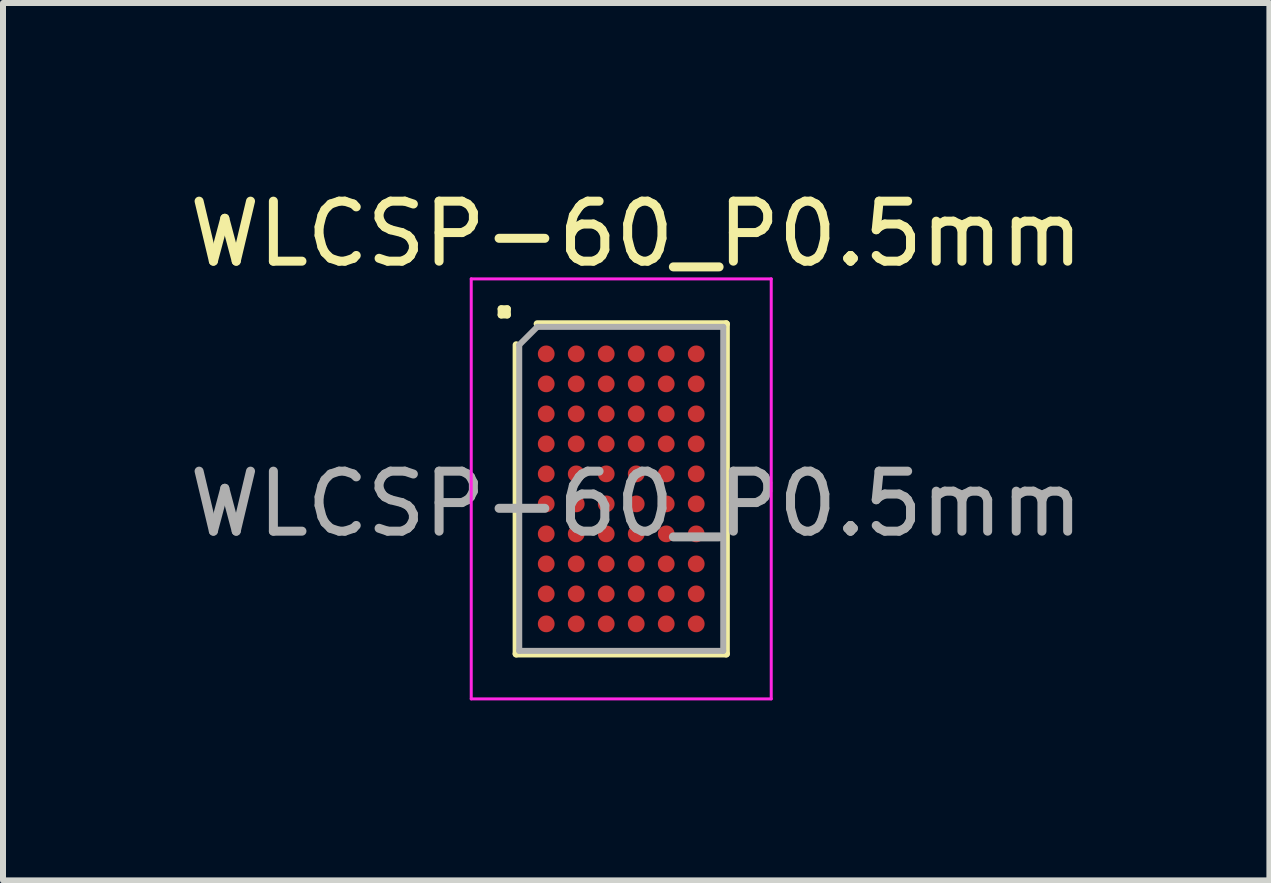
<source format=kicad_pcb>
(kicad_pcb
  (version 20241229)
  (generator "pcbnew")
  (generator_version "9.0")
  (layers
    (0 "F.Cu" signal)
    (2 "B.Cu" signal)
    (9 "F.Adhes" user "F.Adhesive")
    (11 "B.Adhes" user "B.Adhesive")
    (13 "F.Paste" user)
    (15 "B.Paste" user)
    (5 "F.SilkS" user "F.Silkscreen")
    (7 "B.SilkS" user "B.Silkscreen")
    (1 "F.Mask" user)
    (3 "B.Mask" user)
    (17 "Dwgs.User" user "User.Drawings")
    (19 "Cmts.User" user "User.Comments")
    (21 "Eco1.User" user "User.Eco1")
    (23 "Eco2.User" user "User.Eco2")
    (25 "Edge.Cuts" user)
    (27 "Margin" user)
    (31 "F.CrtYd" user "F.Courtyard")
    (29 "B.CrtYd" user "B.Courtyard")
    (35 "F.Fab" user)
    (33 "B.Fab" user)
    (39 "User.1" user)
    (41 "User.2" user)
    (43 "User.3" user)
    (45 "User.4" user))
  (footprint "WLCSP-60_P0.5mm"
    (layer "F.Cu")
    (at 7.304 5.098)
    (property "Reference" "WLCSP-60_P0.5mm" (at 0.25 -4.25 0) (layer "F.SilkS") (effects (font (size 1 1) (thickness 0.15))))
    (attr smd)
    (fp_line (start -2 -3) (end -1.9 -3) (stroke (width 0.12) (type solid)) (layer "F.SilkS"))
    (fp_line (start -2 -2.9) (end -2 -3) (stroke (width 0.12) (type solid)) (layer "F.SilkS"))
    (fp_line (start -1.9 -3) (end -1.9 -2.9) (stroke (width 0.12) (type solid)) (layer "F.SilkS"))
    (fp_line (start -1.9 -2.9) (end -2 -2.9) (stroke (width 0.12) (type solid)) (layer "F.SilkS"))
    (fp_line (start -1.75 2.75) (end -1.75 -2.4) (stroke (width 0.12) (type solid)) (layer "F.SilkS"))
    (fp_line (start -1.4 -2.75) (end 1.75 -2.75) (stroke (width 0.12) (type solid)) (layer "F.SilkS"))
    (fp_line (start 1.75 -2.75) (end 1.75 2.75) (stroke (width 0.12) (type solid)) (layer "F.SilkS"))
    (fp_line (start 1.75 2.75) (end -1.75 2.75) (stroke (width 0.12) (type solid)) (layer "F.SilkS"))
    (fp_line (start -2.5 -3.5) (end 2.5 -3.5) (stroke (width 0.05) (type solid)) (layer "F.CrtYd"))
    (fp_line (start -2.5 3.5) (end -2.5 -3.5) (stroke (width 0.05) (type solid)) (layer "F.CrtYd"))
    (fp_line (start 2.5 -3.5) (end 2.5 3.5) (stroke (width 0.05) (type solid)) (layer "F.CrtYd"))
    (fp_line (start 2.5 3.5) (end -2.5 3.5) (stroke (width 0.05) (type solid)) (layer "F.CrtYd"))
    (fp_line (start -1.7 -2.4) (end -1.4 -2.7) (stroke (width 0.1) (type solid)) (layer "F.Fab"))
    (fp_line (start -1.7 2.7) (end -1.7 -2.4) (stroke (width 0.1) (type solid)) (layer "F.Fab"))
    (fp_line (start -1.4 -2.7) (end 1.7 -2.7) (stroke (width 0.1) (type solid)) (layer "F.Fab"))
    (fp_line (start 1.7 -2.7) (end 1.7 2.7) (stroke (width 0.1) (type solid)) (layer "F.Fab"))
    (fp_line (start 1.7 2.7) (end -1.7 2.7) (stroke (width 0.1) (type solid)) (layer "F.Fab"))
    (fp_text user "${REFERENCE}" (at 0.25 0.25 0) (layer "F.Fab") (effects (font (size 1 1) (thickness 0.15))))
    (pad "A1" smd circle (at -1.25 -2.25) (size 0.28 0.28) (layers "F.Cu" "F.Mask" "F.Paste"))
    (pad "A2" smd circle (at -1.25 -1.75) (size 0.28 0.28) (layers "F.Cu" "F.Mask" "F.Paste"))
    (pad "A3" smd circle (at -1.25 -1.25) (size 0.28 0.28) (layers "F.Cu" "F.Mask" "F.Paste"))
    (pad "A4" smd circle (at -1.25 -0.75) (size 0.28 0.28) (layers "F.Cu" "F.Mask" "F.Paste"))
    (pad "A5" smd circle (at -1.25 -0.25) (size 0.28 0.28) (layers "F.Cu" "F.Mask" "F.Paste"))
    (pad "A6" smd circle (at -1.25 0.25) (size 0.28 0.28) (layers "F.Cu" "F.Mask" "F.Paste"))
    (pad "A7" smd circle (at -1.25 0.75) (size 0.28 0.28) (layers "F.Cu" "F.Mask" "F.Paste"))
    (pad "A8" smd circle (at -1.25 1.25) (size 0.28 0.28) (layers "F.Cu" "F.Mask" "F.Paste"))
    (pad "A9" smd circle (at -1.25 1.75) (size 0.28 0.28) (layers "F.Cu" "F.Mask" "F.Paste"))
    (pad "A10" smd circle (at -1.25 2.25) (size 0.28 0.28) (layers "F.Cu" "F.Mask" "F.Paste"))
    (pad "B1" smd circle (at -0.75 -2.25) (size 0.28 0.28) (layers "F.Cu" "F.Mask" "F.Paste"))
    (pad "B2" smd circle (at -0.75 -1.75) (size 0.28 0.28) (layers "F.Cu" "F.Mask" "F.Paste"))
    (pad "B3" smd circle (at -0.75 -1.25) (size 0.28 0.28) (layers "F.Cu" "F.Mask" "F.Paste"))
    (pad "B4" smd circle (at -0.75 -0.75) (size 0.28 0.28) (layers "F.Cu" "F.Mask" "F.Paste"))
    (pad "B5" smd circle (at -0.75 -0.25) (size 0.28 0.28) (layers "F.Cu" "F.Mask" "F.Paste"))
    (pad "B6" smd circle (at -0.75 0.25) (size 0.28 0.28) (layers "F.Cu" "F.Mask" "F.Paste"))
    (pad "B7" smd circle (at -0.75 0.75) (size 0.28 0.28) (layers "F.Cu" "F.Mask" "F.Paste"))
    (pad "B8" smd circle (at -0.75 1.25) (size 0.28 0.28) (layers "F.Cu" "F.Mask" "F.Paste"))
    (pad "B9" smd circle (at -0.75 1.75) (size 0.28 0.28) (layers "F.Cu" "F.Mask" "F.Paste"))
    (pad "B10" smd circle (at -0.75 2.25) (size 0.28 0.28) (layers "F.Cu" "F.Mask" "F.Paste"))
    (pad "C1" smd circle (at -0.25 -2.25) (size 0.28 0.28) (layers "F.Cu" "F.Mask" "F.Paste"))
    (pad "C2" smd circle (at -0.25 -1.75) (size 0.28 0.28) (layers "F.Cu" "F.Mask" "F.Paste"))
    (pad "C3" smd circle (at -0.25 -1.25) (size 0.28 0.28) (layers "F.Cu" "F.Mask" "F.Paste"))
    (pad "C4" smd circle (at -0.25 -0.75) (size 0.28 0.28) (layers "F.Cu" "F.Mask" "F.Paste"))
    (pad "C5" smd circle (at -0.25 -0.25) (size 0.28 0.28) (layers "F.Cu" "F.Mask" "F.Paste"))
    (pad "C6" smd circle (at -0.25 0.25) (size 0.28 0.28) (layers "F.Cu" "F.Mask" "F.Paste"))
    (pad "C7" smd circle (at -0.25 0.75) (size 0.28 0.28) (layers "F.Cu" "F.Mask" "F.Paste"))
    (pad "C8" smd circle (at -0.25 1.25) (size 0.28 0.28) (layers "F.Cu" "F.Mask" "F.Paste"))
    (pad "C9" smd circle (at -0.25 1.75) (size 0.28 0.28) (layers "F.Cu" "F.Mask" "F.Paste"))
    (pad "C10" smd circle (at -0.25 2.25) (size 0.28 0.28) (layers "F.Cu" "F.Mask" "F.Paste"))
    (pad "D1" smd circle (at 0.25 -2.25) (size 0.28 0.28) (layers "F.Cu" "F.Mask" "F.Paste"))
    (pad "D2" smd circle (at 0.25 -1.75) (size 0.28 0.28) (layers "F.Cu" "F.Mask" "F.Paste"))
    (pad "D3" smd circle (at 0.25 -1.25) (size 0.28 0.28) (layers "F.Cu" "F.Mask" "F.Paste"))
    (pad "D4" smd circle (at 0.25 -0.75) (size 0.28 0.28) (layers "F.Cu" "F.Mask" "F.Paste"))
    (pad "D5" smd circle (at 0.25 -0.25) (size 0.28 0.28) (layers "F.Cu" "F.Mask" "F.Paste"))
    (pad "D6" smd circle (at 0.25 0.25) (size 0.28 0.28) (layers "F.Cu" "F.Mask" "F.Paste"))
    (pad "D7" smd circle (at 0.25 0.75) (size 0.28 0.28) (layers "F.Cu" "F.Mask" "F.Paste"))
    (pad "D8" smd circle (at 0.25 1.25) (size 0.28 0.28) (layers "F.Cu" "F.Mask" "F.Paste"))
    (pad "D9" smd circle (at 0.25 1.75) (size 0.28 0.28) (layers "F.Cu" "F.Mask" "F.Paste"))
    (pad "D10" smd circle (at 0.25 2.25) (size 0.28 0.28) (layers "F.Cu" "F.Mask" "F.Paste"))
    (pad "E1" smd circle (at 0.75 -2.25) (size 0.28 0.28) (layers "F.Cu" "F.Mask" "F.Paste"))
    (pad "E2" smd circle (at 0.75 -1.75) (size 0.28 0.28) (layers "F.Cu" "F.Mask" "F.Paste"))
    (pad "E3" smd circle (at 0.75 -1.25) (size 0.28 0.28) (layers "F.Cu" "F.Mask" "F.Paste"))
    (pad "E4" smd circle (at 0.75 -0.75) (size 0.28 0.28) (layers "F.Cu" "F.Mask" "F.Paste"))
    (pad "E5" smd circle (at 0.75 -0.25) (size 0.28 0.28) (layers "F.Cu" "F.Mask" "F.Paste"))
    (pad "E6" smd circle (at 0.75 0.25) (size 0.28 0.28) (layers "F.Cu" "F.Mask" "F.Paste"))
    (pad "E7" smd circle (at 0.75 0.75) (size 0.28 0.28) (layers "F.Cu" "F.Mask" "F.Paste"))
    (pad "E8" smd circle (at 0.75 1.25) (size 0.28 0.28) (layers "F.Cu" "F.Mask" "F.Paste"))
    (pad "E9" smd circle (at 0.75 1.75) (size 0.28 0.28) (layers "F.Cu" "F.Mask" "F.Paste"))
    (pad "E10" smd circle (at 0.75 2.25) (size 0.28 0.28) (layers "F.Cu" "F.Mask" "F.Paste"))
    (pad "F1" smd circle (at 1.25 -2.25) (size 0.28 0.28) (layers "F.Cu" "F.Mask" "F.Paste"))
    (pad "F2" smd circle (at 1.25 -1.75) (size 0.28 0.28) (layers "F.Cu" "F.Mask" "F.Paste"))
    (pad "F3" smd circle (at 1.25 -1.25) (size 0.28 0.28) (layers "F.Cu" "F.Mask" "F.Paste"))
    (pad "F4" smd circle (at 1.25 -0.75) (size 0.28 0.28) (layers "F.Cu" "F.Mask" "F.Paste"))
    (pad "F5" smd circle (at 1.25 -0.25) (size 0.28 0.28) (layers "F.Cu" "F.Mask" "F.Paste"))
    (pad "F6" smd circle (at 1.25 0.25) (size 0.28 0.28) (layers "F.Cu" "F.Mask" "F.Paste"))
    (pad "F7" smd circle (at 1.25 0.75) (size 0.28 0.28) (layers "F.Cu" "F.Mask" "F.Paste"))
    (pad "F8" smd circle (at 1.25 1.25) (size 0.28 0.28) (layers "F.Cu" "F.Mask" "F.Paste"))
    (pad "F9" smd circle (at 1.25 1.75) (size 0.28 0.28) (layers "F.Cu" "F.Mask" "F.Paste"))
    (pad "F10" smd circle (at 1.25 2.25) (size 0.28 0.28) (layers "F.Cu" "F.Mask" "F.Paste")))
  (gr_rect
    (start -3 -3)
    (end 18.107 11.623)
    (stroke (width 0.1) (type default))
    (fill no)
    (layer "Edge.Cuts")))
</source>
